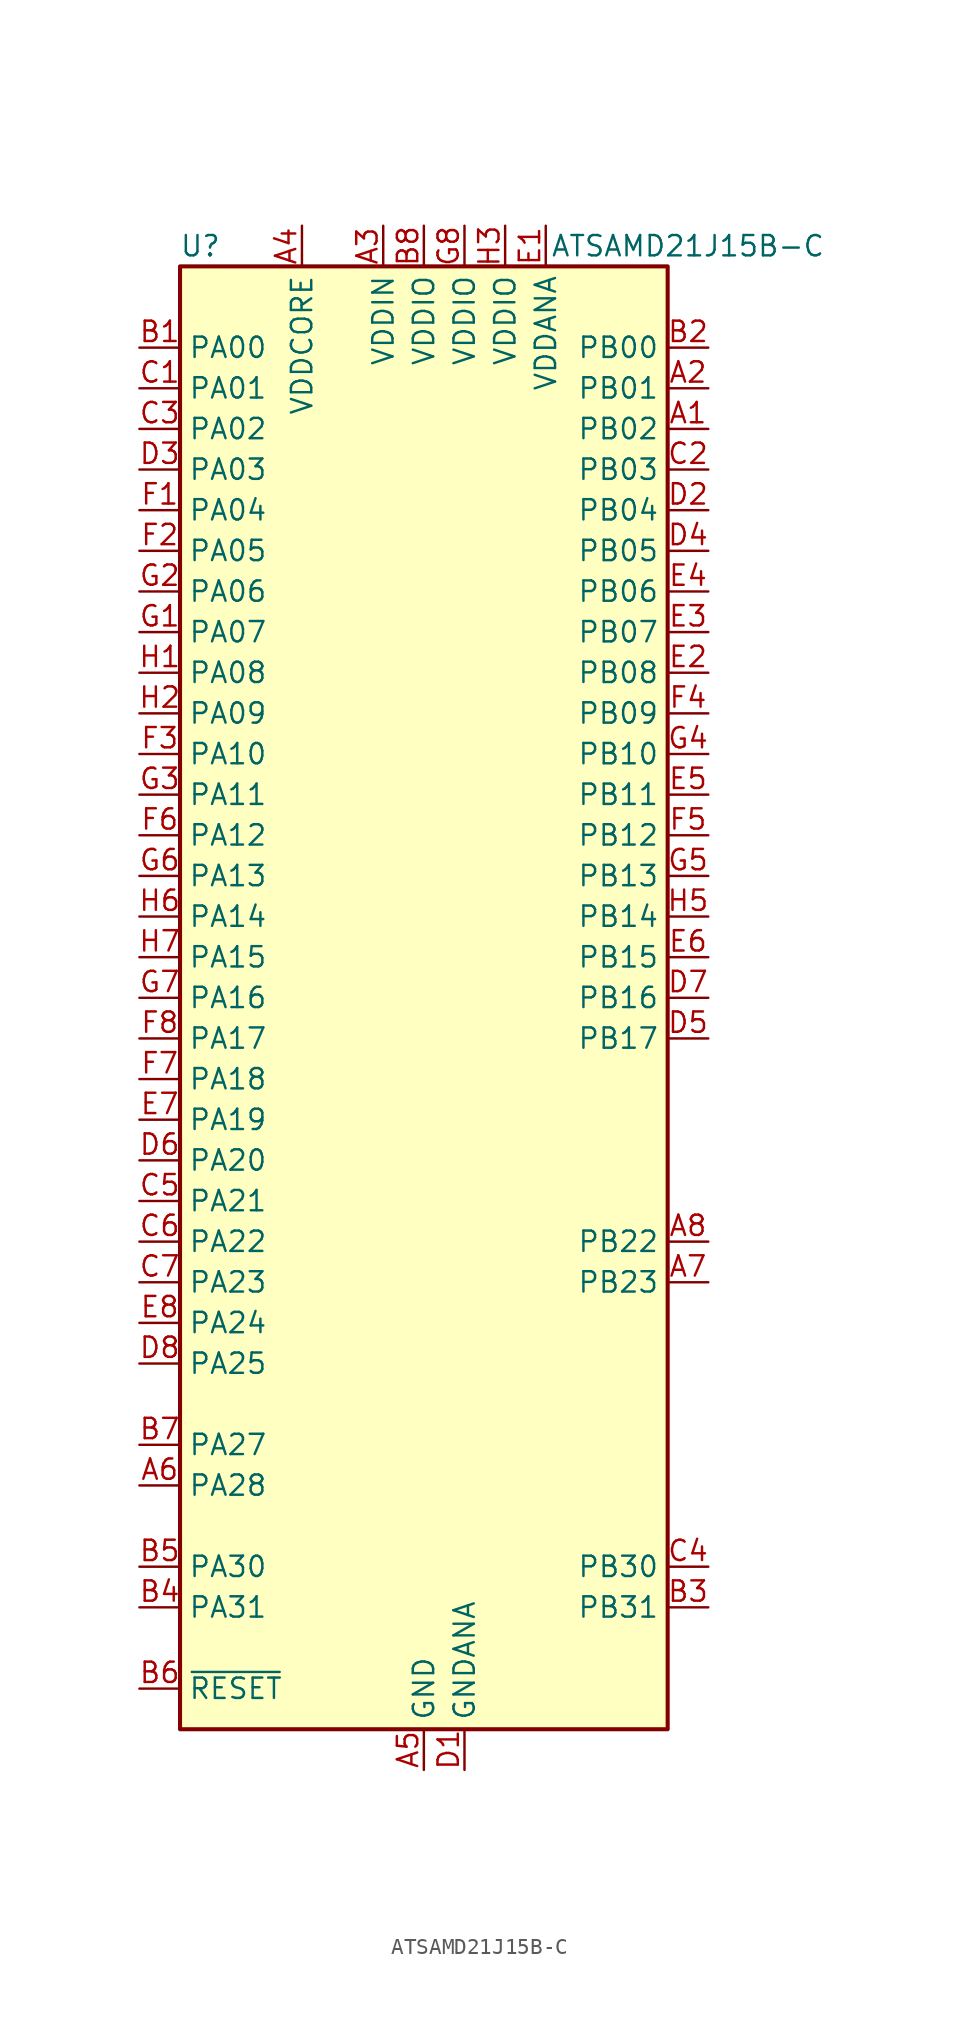
<source format=kicad_sym>
(kicad_symbol_lib
  (version 20201005)
  (generator kicad_symbol_editor)
  (symbol "ATSAMD21J15B-C"
    (property "Reference" "U"
      (at -13.97 46.99 0)
      (effects (font (size 1.27 1.27))))
    (property "Value" "ATSAMD21J15B-C"
      (at 16.51 46.99 0)
      (effects (font (size 1.27 1.27))))
    (symbol "ATSAMD21J15B-C_0_1"
      (rectangle (start -15.24 45.72) (end 15.24 -45.72) (stroke (width 0.254)) (fill (type background))))
    (symbol "ATSAMD21J15B-C_1_1"
      (pin bidirectional line (at 17.78 35.56 180) (length 2.54) (name "PB02" (effects (font (size 1.27 1.27)))) (number "A1" (effects (font (size 1.27 1.27)))))
      (pin bidirectional line (at 17.78 38.1 180) (length 2.54) (name "PB01" (effects (font (size 1.27 1.27)))) (number "A2" (effects (font (size 1.27 1.27)))))
      (pin power_in line (at -2.54 48.26 270) (length 2.54) (name "VDDIN" (effects (font (size 1.27 1.27)))) (number "A3" (effects (font (size 1.27 1.27)))))
      (pin power_out line (at -7.62 48.26 270) (length 2.54) (name "VDDCORE" (effects (font (size 1.27 1.27)))) (number "A4" (effects (font (size 1.27 1.27)))))
      (pin power_in line (at 0 -48.26 90) (length 2.54) (name "GND" (effects (font (size 1.27 1.27)))) (number "A5" (effects (font (size 1.27 1.27)))))
      (pin bidirectional line (at -17.78 -30.48 0) (length 2.54) (name "PA28" (effects (font (size 1.27 1.27)))) (number "A6" (effects (font (size 1.27 1.27)))))
      (pin bidirectional line (at 17.78 -17.78 180) (length 2.54) (name "PB23" (effects (font (size 1.27 1.27)))) (number "A7" (effects (font (size 1.27 1.27)))))
      (pin bidirectional line (at 17.78 -15.24 180) (length 2.54) (name "PB22" (effects (font (size 1.27 1.27)))) (number "A8" (effects (font (size 1.27 1.27)))))
      (pin bidirectional line (at -17.78 40.64 0) (length 2.54) (name "PA00" (effects (font (size 1.27 1.27)))) (number "B1" (effects (font (size 1.27 1.27)))))
      (pin bidirectional line (at 17.78 40.64 180) (length 2.54) (name "PB00" (effects (font (size 1.27 1.27)))) (number "B2" (effects (font (size 1.27 1.27)))))
      (pin bidirectional line (at 17.78 -38.1 180) (length 2.54) (name "PB31" (effects (font (size 1.27 1.27)))) (number "B3" (effects (font (size 1.27 1.27)))))
      (pin bidirectional line (at -17.78 -38.1 0) (length 2.54) (name "PA31" (effects (font (size 1.27 1.27)))) (number "B4" (effects (font (size 1.27 1.27)))))
      (pin bidirectional line (at -17.78 -35.56 0) (length 2.54) (name "PA30" (effects (font (size 1.27 1.27)))) (number "B5" (effects (font (size 1.27 1.27)))))
      (pin input line (at -17.78 -43.18 0) (length 2.54) (name "~RESET" (effects (font (size 1.27 1.27)))) (number "B6" (effects (font (size 1.27 1.27)))))
      (pin bidirectional line (at -17.78 -27.94 0) (length 2.54) (name "PA27" (effects (font (size 1.27 1.27)))) (number "B7" (effects (font (size 1.27 1.27)))))
      (pin power_in line (at 0 48.26 270) (length 2.54) (name "VDDIO" (effects (font (size 1.27 1.27)))) (number "B8" (effects (font (size 1.27 1.27)))))
      (pin bidirectional line (at -17.78 38.1 0) (length 2.54) (name "PA01" (effects (font (size 1.27 1.27)))) (number "C1" (effects (font (size 1.27 1.27)))))
      (pin bidirectional line (at 17.78 33.02 180) (length 2.54) (name "PB03" (effects (font (size 1.27 1.27)))) (number "C2" (effects (font (size 1.27 1.27)))))
      (pin bidirectional line (at -17.78 35.56 0) (length 2.54) (name "PA02" (effects (font (size 1.27 1.27)))) (number "C3" (effects (font (size 1.27 1.27)))))
      (pin bidirectional line (at 17.78 -35.56 180) (length 2.54) (name "PB30" (effects (font (size 1.27 1.27)))) (number "C4" (effects (font (size 1.27 1.27)))))
      (pin bidirectional line (at -17.78 -12.7 0) (length 2.54) (name "PA21" (effects (font (size 1.27 1.27)))) (number "C5" (effects (font (size 1.27 1.27)))))
      (pin bidirectional line (at -17.78 -15.24 0) (length 2.54) (name "PA22" (effects (font (size 1.27 1.27)))) (number "C6" (effects (font (size 1.27 1.27)))))
      (pin bidirectional line (at -17.78 -17.78 0) (length 2.54) (name "PA23" (effects (font (size 1.27 1.27)))) (number "C7" (effects (font (size 1.27 1.27)))))
      (pin passive line (at 0 -48.26 90) (length 2.54) hide (name "GND" (effects (font (size 1.27 1.27)))) (number "C8" (effects (font (size 1.27 1.27)))))
      (pin power_in line (at 2.54 -48.26 90) (length 2.54) (name "GNDANA" (effects (font (size 1.27 1.27)))) (number "D1" (effects (font (size 1.27 1.27)))))
      (pin bidirectional line (at 17.78 30.48 180) (length 2.54) (name "PB04" (effects (font (size 1.27 1.27)))) (number "D2" (effects (font (size 1.27 1.27)))))
      (pin bidirectional line (at -17.78 33.02 0) (length 2.54) (name "PA03" (effects (font (size 1.27 1.27)))) (number "D3" (effects (font (size 1.27 1.27)))))
      (pin bidirectional line (at 17.78 27.94 180) (length 2.54) (name "PB05" (effects (font (size 1.27 1.27)))) (number "D4" (effects (font (size 1.27 1.27)))))
      (pin bidirectional line (at 17.78 -2.54 180) (length 2.54) (name "PB17" (effects (font (size 1.27 1.27)))) (number "D5" (effects (font (size 1.27 1.27)))))
      (pin bidirectional line (at -17.78 -10.16 0) (length 2.54) (name "PA20" (effects (font (size 1.27 1.27)))) (number "D6" (effects (font (size 1.27 1.27)))))
      (pin bidirectional line (at 17.78 0 180) (length 2.54) (name "PB16" (effects (font (size 1.27 1.27)))) (number "D7" (effects (font (size 1.27 1.27)))))
      (pin bidirectional line (at -17.78 -22.86 0) (length 2.54) (name "PA25" (effects (font (size 1.27 1.27)))) (number "D8" (effects (font (size 1.27 1.27)))))
      (pin power_in line (at 7.62 48.26 270) (length 2.54) (name "VDDANA" (effects (font (size 1.27 1.27)))) (number "E1" (effects (font (size 1.27 1.27)))))
      (pin bidirectional line (at 17.78 20.32 180) (length 2.54) (name "PB08" (effects (font (size 1.27 1.27)))) (number "E2" (effects (font (size 1.27 1.27)))))
      (pin bidirectional line (at 17.78 22.86 180) (length 2.54) (name "PB07" (effects (font (size 1.27 1.27)))) (number "E3" (effects (font (size 1.27 1.27)))))
      (pin bidirectional line (at 17.78 25.4 180) (length 2.54) (name "PB06" (effects (font (size 1.27 1.27)))) (number "E4" (effects (font (size 1.27 1.27)))))
      (pin bidirectional line (at 17.78 12.7 180) (length 2.54) (name "PB11" (effects (font (size 1.27 1.27)))) (number "E5" (effects (font (size 1.27 1.27)))))
      (pin bidirectional line (at 17.78 2.54 180) (length 2.54) (name "PB15" (effects (font (size 1.27 1.27)))) (number "E6" (effects (font (size 1.27 1.27)))))
      (pin bidirectional line (at -17.78 -7.62 0) (length 2.54) (name "PA19" (effects (font (size 1.27 1.27)))) (number "E7" (effects (font (size 1.27 1.27)))))
      (pin bidirectional line (at -17.78 -20.32 0) (length 2.54) (name "PA24" (effects (font (size 1.27 1.27)))) (number "E8" (effects (font (size 1.27 1.27)))))
      (pin bidirectional line (at -17.78 30.48 0) (length 2.54) (name "PA04" (effects (font (size 1.27 1.27)))) (number "F1" (effects (font (size 1.27 1.27)))))
      (pin bidirectional line (at -17.78 27.94 0) (length 2.54) (name "PA05" (effects (font (size 1.27 1.27)))) (number "F2" (effects (font (size 1.27 1.27)))))
      (pin bidirectional line (at -17.78 15.24 0) (length 2.54) (name "PA10" (effects (font (size 1.27 1.27)))) (number "F3" (effects (font (size 1.27 1.27)))))
      (pin bidirectional line (at 17.78 17.78 180) (length 2.54) (name "PB09" (effects (font (size 1.27 1.27)))) (number "F4" (effects (font (size 1.27 1.27)))))
      (pin bidirectional line (at 17.78 10.16 180) (length 2.54) (name "PB12" (effects (font (size 1.27 1.27)))) (number "F5" (effects (font (size 1.27 1.27)))))
      (pin bidirectional line (at -17.78 10.16 0) (length 2.54) (name "PA12" (effects (font (size 1.27 1.27)))) (number "F6" (effects (font (size 1.27 1.27)))))
      (pin bidirectional line (at -17.78 -5.08 0) (length 2.54) (name "PA18" (effects (font (size 1.27 1.27)))) (number "F7" (effects (font (size 1.27 1.27)))))
      (pin bidirectional line (at -17.78 -2.54 0) (length 2.54) (name "PA17" (effects (font (size 1.27 1.27)))) (number "F8" (effects (font (size 1.27 1.27)))))
      (pin bidirectional line (at -17.78 22.86 0) (length 2.54) (name "PA07" (effects (font (size 1.27 1.27)))) (number "G1" (effects (font (size 1.27 1.27)))))
      (pin bidirectional line (at -17.78 25.4 0) (length 2.54) (name "PA06" (effects (font (size 1.27 1.27)))) (number "G2" (effects (font (size 1.27 1.27)))))
      (pin bidirectional line (at -17.78 12.7 0) (length 2.54) (name "PA11" (effects (font (size 1.27 1.27)))) (number "G3" (effects (font (size 1.27 1.27)))))
      (pin bidirectional line (at 17.78 15.24 180) (length 2.54) (name "PB10" (effects (font (size 1.27 1.27)))) (number "G4" (effects (font (size 1.27 1.27)))))
      (pin bidirectional line (at 17.78 7.62 180) (length 2.54) (name "PB13" (effects (font (size 1.27 1.27)))) (number "G5" (effects (font (size 1.27 1.27)))))
      (pin bidirectional line (at -17.78 7.62 0) (length 2.54) (name "PA13" (effects (font (size 1.27 1.27)))) (number "G6" (effects (font (size 1.27 1.27)))))
      (pin bidirectional line (at -17.78 0 0) (length 2.54) (name "PA16" (effects (font (size 1.27 1.27)))) (number "G7" (effects (font (size 1.27 1.27)))))
      (pin power_in line (at 2.54 48.26 270) (length 2.54) (name "VDDIO" (effects (font (size 1.27 1.27)))) (number "G8" (effects (font (size 1.27 1.27)))))
      (pin bidirectional line (at -17.78 20.32 0) (length 2.54) (name "PA08" (effects (font (size 1.27 1.27)))) (number "H1" (effects (font (size 1.27 1.27)))))
      (pin bidirectional line (at -17.78 17.78 0) (length 2.54) (name "PA09" (effects (font (size 1.27 1.27)))) (number "H2" (effects (font (size 1.27 1.27)))))
      (pin power_in line (at 5.08 48.26 270) (length 2.54) (name "VDDIO" (effects (font (size 1.27 1.27)))) (number "H3" (effects (font (size 1.27 1.27)))))
      (pin passive line (at 0 -48.26 90) (length 2.54) hide (name "GND" (effects (font (size 1.27 1.27)))) (number "H4" (effects (font (size 1.27 1.27)))))
      (pin bidirectional line (at 17.78 5.08 180) (length 2.54) (name "PB14" (effects (font (size 1.27 1.27)))) (number "H5" (effects (font (size 1.27 1.27)))))
      (pin bidirectional line (at -17.78 5.08 0) (length 2.54) (name "PA14" (effects (font (size 1.27 1.27)))) (number "H6" (effects (font (size 1.27 1.27)))))
      (pin bidirectional line (at -17.78 2.54 0) (length 2.54) (name "PA15" (effects (font (size 1.27 1.27)))) (number "H7" (effects (font (size 1.27 1.27)))))
      (pin passive line (at 0 -48.26 90) (length 2.54) hide (name "GND" (effects (font (size 1.27 1.27)))) (number "H8" (effects (font (size 1.27 1.27))))))))
</source>
